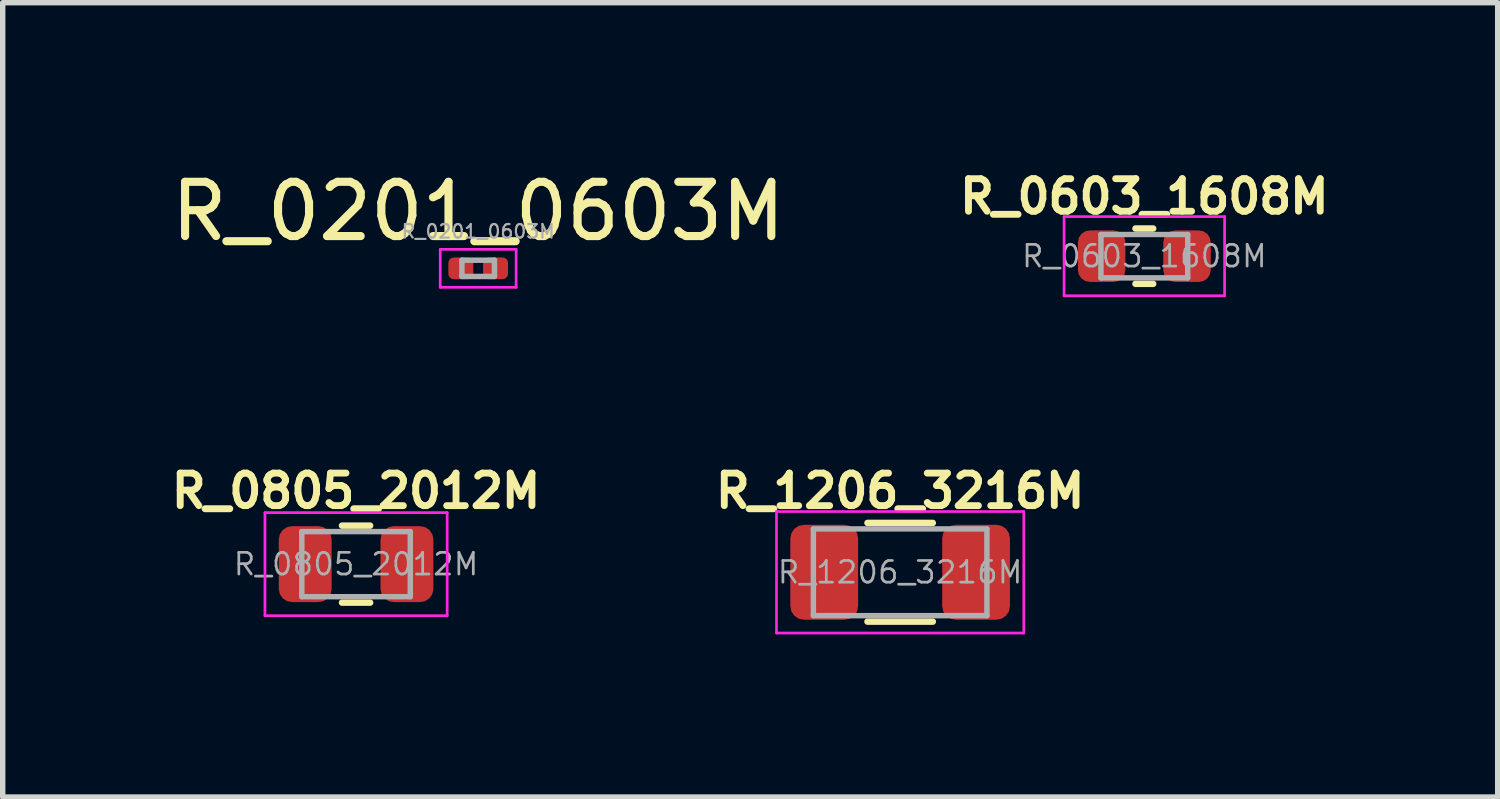
<source format=kicad_pcb>
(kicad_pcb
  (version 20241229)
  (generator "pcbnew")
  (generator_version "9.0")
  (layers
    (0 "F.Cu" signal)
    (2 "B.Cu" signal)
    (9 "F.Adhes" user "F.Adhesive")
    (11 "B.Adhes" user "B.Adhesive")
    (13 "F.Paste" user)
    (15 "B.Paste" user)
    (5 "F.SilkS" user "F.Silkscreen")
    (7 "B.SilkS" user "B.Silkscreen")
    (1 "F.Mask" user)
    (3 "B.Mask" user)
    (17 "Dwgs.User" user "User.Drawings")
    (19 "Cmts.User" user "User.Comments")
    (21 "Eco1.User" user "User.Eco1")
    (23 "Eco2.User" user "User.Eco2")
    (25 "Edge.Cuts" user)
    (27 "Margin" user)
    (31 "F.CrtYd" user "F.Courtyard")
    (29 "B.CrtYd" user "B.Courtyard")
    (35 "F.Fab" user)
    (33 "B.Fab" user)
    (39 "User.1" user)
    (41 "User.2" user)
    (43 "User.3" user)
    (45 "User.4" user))
  (footprint "R_0805_2012M"
    (layer "F.Cu")
    (at 3.516 7.353)
    (property "Reference" "R_0805_2012M" (at 0 -1.35 0) (layer "F.SilkS") (effects (font (size 0.6 0.6) (thickness 0.127))))
    (attr smd)
    (fp_line (start -0.259 -0.71) (end 0.259 -0.71) (stroke (width 0.12) (type solid)) (layer "F.SilkS"))
    (fp_line (start -0.259 0.71) (end 0.259 0.71) (stroke (width 0.12) (type solid)) (layer "F.SilkS"))
    (fp_line (start -1.68 -0.95) (end 1.68 -0.95) (stroke (width 0.05) (type solid)) (layer "F.CrtYd"))
    (fp_line (start -1.68 0.95) (end -1.68 -0.95) (stroke (width 0.05) (type solid)) (layer "F.CrtYd"))
    (fp_line (start 1.68 -0.95) (end 1.68 0.95) (stroke (width 0.05) (type solid)) (layer "F.CrtYd"))
    (fp_line (start 1.68 0.95) (end -1.68 0.95) (stroke (width 0.05) (type solid)) (layer "F.CrtYd"))
    (fp_line (start -1 -0.6) (end 1 -0.6) (stroke (width 0.1) (type solid)) (layer "F.Fab"))
    (fp_line (start -1 0.6) (end -1 -0.6) (stroke (width 0.1) (type solid)) (layer "F.Fab"))
    (fp_line (start 1 -0.6) (end 1 0.6) (stroke (width 0.1) (type solid)) (layer "F.Fab"))
    (fp_line (start 1 0.6) (end -1 0.6) (stroke (width 0.1) (type solid)) (layer "F.Fab"))
    (fp_text user "${REFERENCE}" (at 0 0 0) (layer "F.Fab") (effects (font (size 0.4 0.4) (thickness 0.05))))
    (pad "1" smd roundrect (at -0.938 0) (size 0.975 1.4) (layers "F.Cu" "F.Mask" "F.Paste") (roundrect_rratio 0.25))
    (pad "2" smd roundrect (at 0.938 0) (size 0.975 1.4) (layers "F.Cu" "F.Mask" "F.Paste") (roundrect_rratio 0.25)))
  (footprint "R_0603_1608M"
    (layer "F.Cu")
    (at 18.052 1.674)
    (property "Reference" "R_0603_1608M" (at 0 -1.1 0) (layer "F.SilkS") (effects (font (size 0.6 0.6) (thickness 0.127))))
    (attr smd)
    (fp_line (start -0.163 -0.51) (end 0.163 -0.51) (stroke (width 0.12) (type solid)) (layer "F.SilkS"))
    (fp_line (start -0.163 0.51) (end 0.163 0.51) (stroke (width 0.12) (type solid)) (layer "F.SilkS"))
    (fp_line (start -1.48 -0.73) (end 1.48 -0.73) (stroke (width 0.05) (type solid)) (layer "F.CrtYd"))
    (fp_line (start -1.48 0.73) (end -1.48 -0.73) (stroke (width 0.05) (type solid)) (layer "F.CrtYd"))
    (fp_line (start 1.48 -0.73) (end 1.48 0.73) (stroke (width 0.05) (type solid)) (layer "F.CrtYd"))
    (fp_line (start 1.48 0.73) (end -1.48 0.73) (stroke (width 0.05) (type solid)) (layer "F.CrtYd"))
    (fp_line (start -0.8 -0.4) (end 0.8 -0.4) (stroke (width 0.1) (type solid)) (layer "F.Fab"))
    (fp_line (start -0.8 0.4) (end -0.8 -0.4) (stroke (width 0.1) (type solid)) (layer "F.Fab"))
    (fp_line (start 0.8 -0.4) (end 0.8 0.4) (stroke (width 0.1) (type solid)) (layer "F.Fab"))
    (fp_line (start 0.8 0.4) (end -0.8 0.4) (stroke (width 0.1) (type solid)) (layer "F.Fab"))
    (fp_text user "${REFERENCE}" (at 0 0 0) (layer "F.Fab") (effects (font (size 0.4 0.4) (thickness 0.05))))
    (pad "1" smd roundrect (at -0.787 0) (size 0.875 0.95) (layers "F.Cu" "F.Mask" "F.Paste") (roundrect_rratio 0.25))
    (pad "2" smd roundrect (at 0.787 0) (size 0.875 0.95) (layers "F.Cu" "F.Mask" "F.Paste") (roundrect_rratio 0.25)))
  (footprint "R_1206_3216M"
    (layer "F.Cu")
    (at 13.549 7.503)
    (property "Reference" "R_1206_3216M" (at 0 -1.5 0) (layer "F.SilkS") (effects (font (size 0.6 0.6) (thickness 0.127))))
    (attr smd)
    (fp_line (start -0.602 -0.91) (end 0.602 -0.91) (stroke (width 0.12) (type solid)) (layer "F.SilkS"))
    (fp_line (start -0.602 0.91) (end 0.602 0.91) (stroke (width 0.12) (type solid)) (layer "F.SilkS"))
    (fp_line (start -2.28 -1.12) (end 2.28 -1.12) (stroke (width 0.05) (type solid)) (layer "F.CrtYd"))
    (fp_line (start -2.28 1.12) (end -2.28 -1.12) (stroke (width 0.05) (type solid)) (layer "F.CrtYd"))
    (fp_line (start 2.28 -1.12) (end 2.28 1.12) (stroke (width 0.05) (type solid)) (layer "F.CrtYd"))
    (fp_line (start 2.28 1.12) (end -2.28 1.12) (stroke (width 0.05) (type solid)) (layer "F.CrtYd"))
    (fp_line (start -1.6 -0.8) (end 1.6 -0.8) (stroke (width 0.1) (type solid)) (layer "F.Fab"))
    (fp_line (start -1.6 0.8) (end -1.6 -0.8) (stroke (width 0.1) (type solid)) (layer "F.Fab"))
    (fp_line (start 1.6 -0.8) (end 1.6 0.8) (stroke (width 0.1) (type solid)) (layer "F.Fab"))
    (fp_line (start 1.6 0.8) (end -1.6 0.8) (stroke (width 0.1) (type solid)) (layer "F.Fab"))
    (fp_text user "${REFERENCE}" (at 0 0 0) (layer "F.Fab") (effects (font (size 0.4 0.4) (thickness 0.05))))
    (pad "1" smd roundrect (at -1.4 0) (size 1.25 1.75) (layers "F.Cu" "F.Mask" "F.Paste") (roundrect_rratio 0.2))
    (pad "2" smd roundrect (at 1.4 0) (size 1.25 1.75) (layers "F.Cu" "F.Mask" "F.Paste") (roundrect_rratio 0.2)))
  (footprint "R_0201_0603M"
    (layer "F.Cu")
    (at 5.768 1.898)
    (property "Reference" "R_0201_0603M" (at 0 -1.05 0) (layer "F.SilkS") (effects (font (size 1 1) (thickness 0.15))))
    (attr smd)
    (fp_line (start -0.7 -0.35) (end 0.7 -0.35) (stroke (width 0.05) (type solid)) (layer "F.CrtYd"))
    (fp_line (start -0.7 0.35) (end -0.7 -0.35) (stroke (width 0.05) (type solid)) (layer "F.CrtYd"))
    (fp_line (start 0.7 -0.35) (end 0.7 0.35) (stroke (width 0.05) (type solid)) (layer "F.CrtYd"))
    (fp_line (start 0.7 0.35) (end -0.7 0.35) (stroke (width 0.05) (type solid)) (layer "F.CrtYd"))
    (fp_line (start -0.3 -0.15) (end 0.3 -0.15) (stroke (width 0.1) (type solid)) (layer "F.Fab"))
    (fp_line (start -0.3 0.15) (end -0.3 -0.15) (stroke (width 0.1) (type solid)) (layer "F.Fab"))
    (fp_line (start 0.3 -0.15) (end 0.3 0.15) (stroke (width 0.1) (type solid)) (layer "F.Fab"))
    (fp_line (start 0.3 0.15) (end -0.3 0.15) (stroke (width 0.1) (type solid)) (layer "F.Fab"))
    (fp_text user "${REFERENCE}" (at 0 -0.68 0) (layer "F.Fab") (effects (font (size 0.25 0.25) (thickness 0.04))))
    (pad "" smd roundrect (at -0.345 0) (size 0.318 0.36) (layers "F.Paste") (roundrect_rratio 0.25))
    (pad "" smd roundrect (at 0.345 0) (size 0.318 0.36) (layers "F.Paste") (roundrect_rratio 0.25))
    (pad "1" smd roundrect (at -0.32 0) (size 0.46 0.4) (layers "F.Cu" "F.Mask") (roundrect_rratio 0.25))
    (pad "2" smd roundrect (at 0.32 0) (size 0.46 0.4) (layers "F.Cu" "F.Mask") (roundrect_rratio 0.25)))
  (gr_rect
    (start -3 -3)
    (end 24.568 11.648)
    (stroke (width 0.1) (type default))
    (fill no)
    (layer "Edge.Cuts")))
</source>
